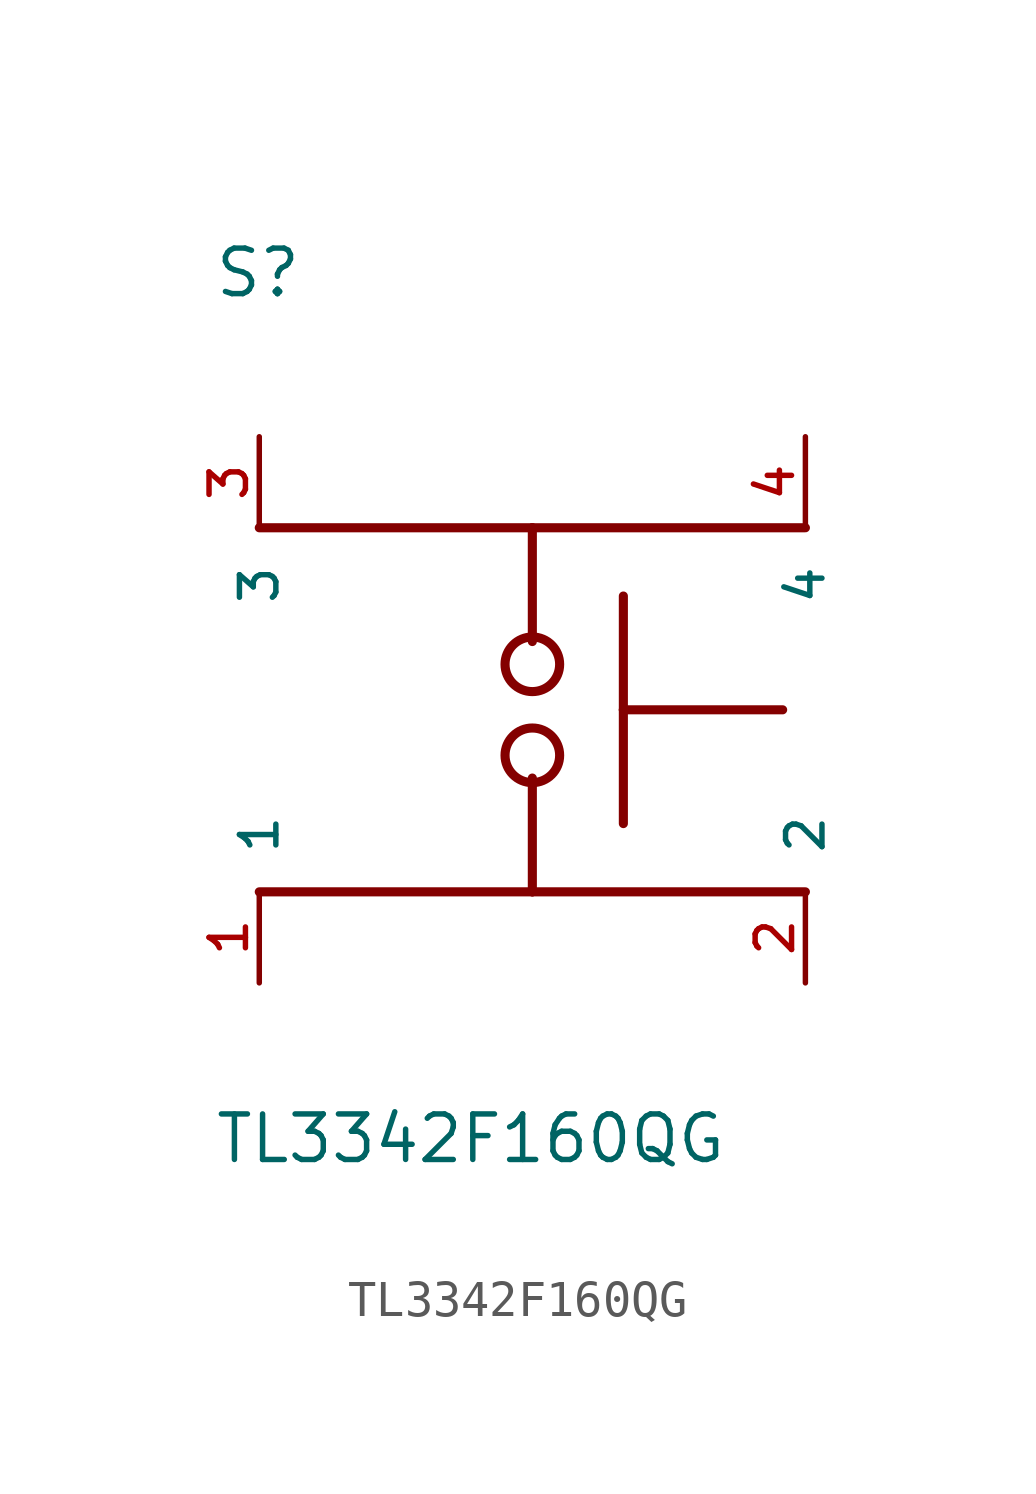
<source format=kicad_sym>
(kicad_symbol_lib
  (version 20211014)
  (generator kicad_symbol_editor)
  (symbol "TL3342F160QG"
    (pin_names
      (offset 1.016))
    (property "Reference" "S"
      (at -8.906 11.451 0)
      (effects (font (size 1.27 1.27)) (justify bottom left)))
    (property "Value" "TL3342F160QG"
      (at -8.898 -12.711 0)
      (effects (font (size 1.27 1.27)) (justify bottom left)))
    (symbol "TL3342F160QG_0_0"
      (polyline (pts (xy -7.62 5.08) (xy 0.0 5.08)) (stroke (width 0.254)))
      (polyline (pts (xy 0.0 5.08) (xy 7.62 5.08)) (stroke (width 0.254)))
      (polyline (pts (xy -7.62 -5.08) (xy 0.0 -5.08)) (stroke (width 0.254)))
      (circle (center 0.0 -1.27) (radius 0.762) (stroke (width 0.254)) (fill (type none)))
      (circle (center 0.0 1.27) (radius 0.762) (stroke (width 0.254)) (fill (type none)))
      (polyline (pts (xy 0.0 -5.08) (xy 7.62 -5.08)) (stroke (width 0.254)))
      (polyline (pts (xy 0.0 -1.905) (xy 0.0 -5.08)) (stroke (width 0.254)))
      (polyline (pts (xy 0.0 1.905) (xy 0.0 5.08)) (stroke (width 0.254)))
      (polyline (pts (xy 2.54 3.175) (xy 2.54 0.0)) (stroke (width 0.254)))
      (polyline (pts (xy 2.54 0.0) (xy 2.54 -3.175)) (stroke (width 0.254)))
      (polyline (pts (xy 2.54 0.0) (xy 6.985 0.0)) (stroke (width 0.254)))
      (pin passive line (at -7.62 -7.62 90.0) (length 2.54) (name "1" (effects (font (size 1.016 1.016)))) (number "1" (effects (font (size 1.016 1.016)))))
      (pin passive line (at 7.62 -7.62 90.0) (length 2.54) (name "2" (effects (font (size 1.016 1.016)))) (number "2" (effects (font (size 1.016 1.016)))))
      (pin passive line (at -7.62 7.62 270.0) (length 2.54) (name "3" (effects (font (size 1.016 1.016)))) (number "3" (effects (font (size 1.016 1.016)))))
      (pin passive line (at 7.62 7.62 270.0) (length 2.54) (name "4" (effects (font (size 1.016 1.016)))) (number "4" (effects (font (size 1.016 1.016))))))))
</source>
